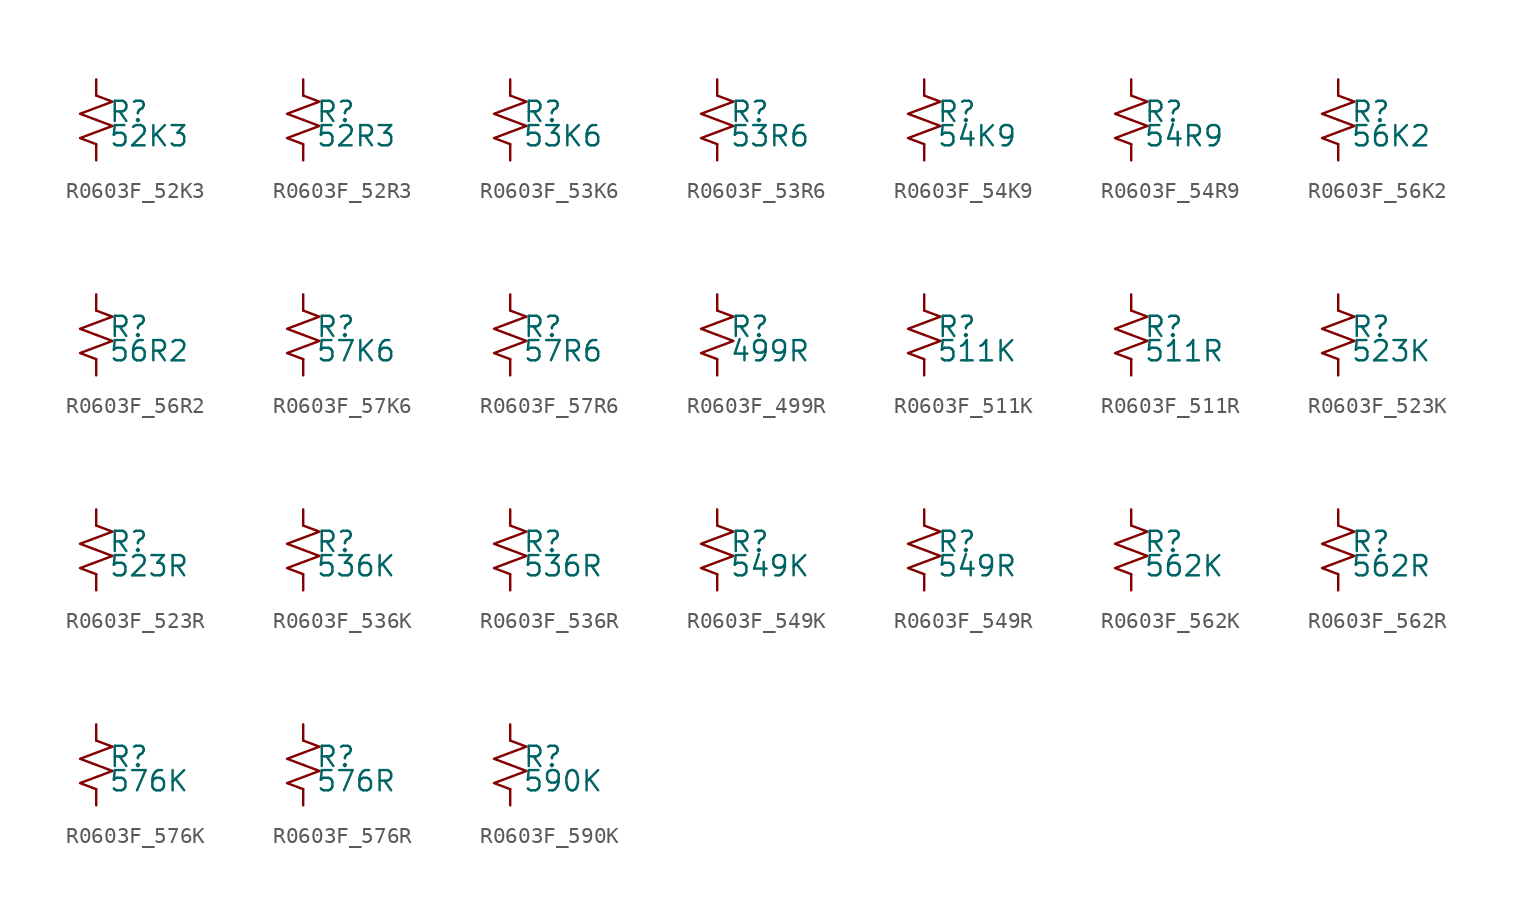
<source format=kicad_sym>
(kicad_symbol_lib
  (version 20220914)
  (generator kicad_symbol_editor)
  (symbol "R0603F_52K3"
    (pin_numbers hide)
    (pin_names
      (offset 0.254) hide)
    (property "Reference" "R"
      (at 0.762 0.508 0)
      (effects (font (size 1.27 1.27)) (justify left)))
    (property "Value" "52K3"
      (at 0.762 -1.016 0)
      (effects (font (size 1.27 1.27)) (justify left)))
    (symbol "R0603F_52K3_1_1"
      (polyline (pts (xy 0 0) (xy 1.016 -0.381) (xy 0 -0.762) (xy -1.016 -1.143) (xy 0 -1.524)) (stroke (width 0) (type default)) (fill (type none)))
      (polyline (pts (xy 0 1.524) (xy 1.016 1.143) (xy 0 0.762) (xy -1.016 0.381) (xy 0 0)) (stroke (width 0) (type default)) (fill (type none)))
      (pin passive line (at 0 2.54 270) (length 1.016) (name "~" (effects (font (size 1.27 1.27)))) (number "1" (effects (font (size 1.27 1.27)))))
      (pin passive line (at 0 -2.54 90) (length 1.016) (name "~" (effects (font (size 1.27 1.27)))) (number "2" (effects (font (size 1.27 1.27)))))))
  (symbol "R0603F_52R3"
    (pin_numbers hide)
    (pin_names
      (offset 0.254) hide)
    (property "Reference" "R"
      (at 0.762 0.508 0)
      (effects (font (size 1.27 1.27)) (justify left)))
    (property "Value" "52R3"
      (at 0.762 -1.016 0)
      (effects (font (size 1.27 1.27)) (justify left)))
    (symbol "R0603F_52R3_1_1"
      (polyline (pts (xy 0 0) (xy 1.016 -0.381) (xy 0 -0.762) (xy -1.016 -1.143) (xy 0 -1.524)) (stroke (width 0) (type default)) (fill (type none)))
      (polyline (pts (xy 0 1.524) (xy 1.016 1.143) (xy 0 0.762) (xy -1.016 0.381) (xy 0 0)) (stroke (width 0) (type default)) (fill (type none)))
      (pin passive line (at 0 2.54 270) (length 1.016) (name "~" (effects (font (size 1.27 1.27)))) (number "1" (effects (font (size 1.27 1.27)))))
      (pin passive line (at 0 -2.54 90) (length 1.016) (name "~" (effects (font (size 1.27 1.27)))) (number "2" (effects (font (size 1.27 1.27)))))))
  (symbol "R0603F_53K6"
    (pin_numbers hide)
    (pin_names
      (offset 0.254) hide)
    (property "Reference" "R"
      (at 0.762 0.508 0)
      (effects (font (size 1.27 1.27)) (justify left)))
    (property "Value" "53K6"
      (at 0.762 -1.016 0)
      (effects (font (size 1.27 1.27)) (justify left)))
    (symbol "R0603F_53K6_1_1"
      (polyline (pts (xy 0 0) (xy 1.016 -0.381) (xy 0 -0.762) (xy -1.016 -1.143) (xy 0 -1.524)) (stroke (width 0) (type default)) (fill (type none)))
      (polyline (pts (xy 0 1.524) (xy 1.016 1.143) (xy 0 0.762) (xy -1.016 0.381) (xy 0 0)) (stroke (width 0) (type default)) (fill (type none)))
      (pin passive line (at 0 2.54 270) (length 1.016) (name "~" (effects (font (size 1.27 1.27)))) (number "1" (effects (font (size 1.27 1.27)))))
      (pin passive line (at 0 -2.54 90) (length 1.016) (name "~" (effects (font (size 1.27 1.27)))) (number "2" (effects (font (size 1.27 1.27)))))))
  (symbol "R0603F_53R6"
    (pin_numbers hide)
    (pin_names
      (offset 0.254) hide)
    (property "Reference" "R"
      (at 0.762 0.508 0)
      (effects (font (size 1.27 1.27)) (justify left)))
    (property "Value" "53R6"
      (at 0.762 -1.016 0)
      (effects (font (size 1.27 1.27)) (justify left)))
    (symbol "R0603F_53R6_1_1"
      (polyline (pts (xy 0 0) (xy 1.016 -0.381) (xy 0 -0.762) (xy -1.016 -1.143) (xy 0 -1.524)) (stroke (width 0) (type default)) (fill (type none)))
      (polyline (pts (xy 0 1.524) (xy 1.016 1.143) (xy 0 0.762) (xy -1.016 0.381) (xy 0 0)) (stroke (width 0) (type default)) (fill (type none)))
      (pin passive line (at 0 2.54 270) (length 1.016) (name "~" (effects (font (size 1.27 1.27)))) (number "1" (effects (font (size 1.27 1.27)))))
      (pin passive line (at 0 -2.54 90) (length 1.016) (name "~" (effects (font (size 1.27 1.27)))) (number "2" (effects (font (size 1.27 1.27)))))))
  (symbol "R0603F_54K9"
    (pin_numbers hide)
    (pin_names
      (offset 0.254) hide)
    (property "Reference" "R"
      (at 0.762 0.508 0)
      (effects (font (size 1.27 1.27)) (justify left)))
    (property "Value" "54K9"
      (at 0.762 -1.016 0)
      (effects (font (size 1.27 1.27)) (justify left)))
    (symbol "R0603F_54K9_1_1"
      (polyline (pts (xy 0 0) (xy 1.016 -0.381) (xy 0 -0.762) (xy -1.016 -1.143) (xy 0 -1.524)) (stroke (width 0) (type default)) (fill (type none)))
      (polyline (pts (xy 0 1.524) (xy 1.016 1.143) (xy 0 0.762) (xy -1.016 0.381) (xy 0 0)) (stroke (width 0) (type default)) (fill (type none)))
      (pin passive line (at 0 2.54 270) (length 1.016) (name "~" (effects (font (size 1.27 1.27)))) (number "1" (effects (font (size 1.27 1.27)))))
      (pin passive line (at 0 -2.54 90) (length 1.016) (name "~" (effects (font (size 1.27 1.27)))) (number "2" (effects (font (size 1.27 1.27)))))))
  (symbol "R0603F_54R9"
    (pin_numbers hide)
    (pin_names
      (offset 0.254) hide)
    (property "Reference" "R"
      (at 0.762 0.508 0)
      (effects (font (size 1.27 1.27)) (justify left)))
    (property "Value" "54R9"
      (at 0.762 -1.016 0)
      (effects (font (size 1.27 1.27)) (justify left)))
    (symbol "R0603F_54R9_1_1"
      (polyline (pts (xy 0 0) (xy 1.016 -0.381) (xy 0 -0.762) (xy -1.016 -1.143) (xy 0 -1.524)) (stroke (width 0) (type default)) (fill (type none)))
      (polyline (pts (xy 0 1.524) (xy 1.016 1.143) (xy 0 0.762) (xy -1.016 0.381) (xy 0 0)) (stroke (width 0) (type default)) (fill (type none)))
      (pin passive line (at 0 2.54 270) (length 1.016) (name "~" (effects (font (size 1.27 1.27)))) (number "1" (effects (font (size 1.27 1.27)))))
      (pin passive line (at 0 -2.54 90) (length 1.016) (name "~" (effects (font (size 1.27 1.27)))) (number "2" (effects (font (size 1.27 1.27)))))))
  (symbol "R0603F_56K2"
    (pin_numbers hide)
    (pin_names
      (offset 0.254) hide)
    (property "Reference" "R"
      (at 0.762 0.508 0)
      (effects (font (size 1.27 1.27)) (justify left)))
    (property "Value" "56K2"
      (at 0.762 -1.016 0)
      (effects (font (size 1.27 1.27)) (justify left)))
    (symbol "R0603F_56K2_1_1"
      (polyline (pts (xy 0 0) (xy 1.016 -0.381) (xy 0 -0.762) (xy -1.016 -1.143) (xy 0 -1.524)) (stroke (width 0) (type default)) (fill (type none)))
      (polyline (pts (xy 0 1.524) (xy 1.016 1.143) (xy 0 0.762) (xy -1.016 0.381) (xy 0 0)) (stroke (width 0) (type default)) (fill (type none)))
      (pin passive line (at 0 2.54 270) (length 1.016) (name "~" (effects (font (size 1.27 1.27)))) (number "1" (effects (font (size 1.27 1.27)))))
      (pin passive line (at 0 -2.54 90) (length 1.016) (name "~" (effects (font (size 1.27 1.27)))) (number "2" (effects (font (size 1.27 1.27)))))))
  (symbol "R0603F_56R2"
    (pin_numbers hide)
    (pin_names
      (offset 0.254) hide)
    (property "Reference" "R"
      (at 0.762 0.508 0)
      (effects (font (size 1.27 1.27)) (justify left)))
    (property "Value" "56R2"
      (at 0.762 -1.016 0)
      (effects (font (size 1.27 1.27)) (justify left)))
    (symbol "R0603F_56R2_1_1"
      (polyline (pts (xy 0 0) (xy 1.016 -0.381) (xy 0 -0.762) (xy -1.016 -1.143) (xy 0 -1.524)) (stroke (width 0) (type default)) (fill (type none)))
      (polyline (pts (xy 0 1.524) (xy 1.016 1.143) (xy 0 0.762) (xy -1.016 0.381) (xy 0 0)) (stroke (width 0) (type default)) (fill (type none)))
      (pin passive line (at 0 2.54 270) (length 1.016) (name "~" (effects (font (size 1.27 1.27)))) (number "1" (effects (font (size 1.27 1.27)))))
      (pin passive line (at 0 -2.54 90) (length 1.016) (name "~" (effects (font (size 1.27 1.27)))) (number "2" (effects (font (size 1.27 1.27)))))))
  (symbol "R0603F_57K6"
    (pin_numbers hide)
    (pin_names
      (offset 0.254) hide)
    (property "Reference" "R"
      (at 0.762 0.508 0)
      (effects (font (size 1.27 1.27)) (justify left)))
    (property "Value" "57K6"
      (at 0.762 -1.016 0)
      (effects (font (size 1.27 1.27)) (justify left)))
    (symbol "R0603F_57K6_1_1"
      (polyline (pts (xy 0 0) (xy 1.016 -0.381) (xy 0 -0.762) (xy -1.016 -1.143) (xy 0 -1.524)) (stroke (width 0) (type default)) (fill (type none)))
      (polyline (pts (xy 0 1.524) (xy 1.016 1.143) (xy 0 0.762) (xy -1.016 0.381) (xy 0 0)) (stroke (width 0) (type default)) (fill (type none)))
      (pin passive line (at 0 2.54 270) (length 1.016) (name "~" (effects (font (size 1.27 1.27)))) (number "1" (effects (font (size 1.27 1.27)))))
      (pin passive line (at 0 -2.54 90) (length 1.016) (name "~" (effects (font (size 1.27 1.27)))) (number "2" (effects (font (size 1.27 1.27)))))))
  (symbol "R0603F_57R6"
    (pin_numbers hide)
    (pin_names
      (offset 0.254) hide)
    (property "Reference" "R"
      (at 0.762 0.508 0)
      (effects (font (size 1.27 1.27)) (justify left)))
    (property "Value" "57R6"
      (at 0.762 -1.016 0)
      (effects (font (size 1.27 1.27)) (justify left)))
    (symbol "R0603F_57R6_1_1"
      (polyline (pts (xy 0 0) (xy 1.016 -0.381) (xy 0 -0.762) (xy -1.016 -1.143) (xy 0 -1.524)) (stroke (width 0) (type default)) (fill (type none)))
      (polyline (pts (xy 0 1.524) (xy 1.016 1.143) (xy 0 0.762) (xy -1.016 0.381) (xy 0 0)) (stroke (width 0) (type default)) (fill (type none)))
      (pin passive line (at 0 2.54 270) (length 1.016) (name "~" (effects (font (size 1.27 1.27)))) (number "1" (effects (font (size 1.27 1.27)))))
      (pin passive line (at 0 -2.54 90) (length 1.016) (name "~" (effects (font (size 1.27 1.27)))) (number "2" (effects (font (size 1.27 1.27)))))))
  (symbol "R0603F_499R"
    (pin_numbers hide)
    (pin_names
      (offset 0.254) hide)
    (property "Reference" "R"
      (at 0.762 0.508 0)
      (effects (font (size 1.27 1.27)) (justify left)))
    (property "Value" "499R"
      (at 0.762 -1.016 0)
      (effects (font (size 1.27 1.27)) (justify left)))
    (symbol "R0603F_499R_1_1"
      (polyline (pts (xy 0 0) (xy 1.016 -0.381) (xy 0 -0.762) (xy -1.016 -1.143) (xy 0 -1.524)) (stroke (width 0) (type default)) (fill (type none)))
      (polyline (pts (xy 0 1.524) (xy 1.016 1.143) (xy 0 0.762) (xy -1.016 0.381) (xy 0 0)) (stroke (width 0) (type default)) (fill (type none)))
      (pin passive line (at 0 2.54 270) (length 1.016) (name "~" (effects (font (size 1.27 1.27)))) (number "1" (effects (font (size 1.27 1.27)))))
      (pin passive line (at 0 -2.54 90) (length 1.016) (name "~" (effects (font (size 1.27 1.27)))) (number "2" (effects (font (size 1.27 1.27)))))))
  (symbol "R0603F_511K"
    (pin_numbers hide)
    (pin_names
      (offset 0.254) hide)
    (property "Reference" "R"
      (at 0.762 0.508 0)
      (effects (font (size 1.27 1.27)) (justify left)))
    (property "Value" "511K"
      (at 0.762 -1.016 0)
      (effects (font (size 1.27 1.27)) (justify left)))
    (symbol "R0603F_511K_1_1"
      (polyline (pts (xy 0 0) (xy 1.016 -0.381) (xy 0 -0.762) (xy -1.016 -1.143) (xy 0 -1.524)) (stroke (width 0) (type default)) (fill (type none)))
      (polyline (pts (xy 0 1.524) (xy 1.016 1.143) (xy 0 0.762) (xy -1.016 0.381) (xy 0 0)) (stroke (width 0) (type default)) (fill (type none)))
      (pin passive line (at 0 2.54 270) (length 1.016) (name "~" (effects (font (size 1.27 1.27)))) (number "1" (effects (font (size 1.27 1.27)))))
      (pin passive line (at 0 -2.54 90) (length 1.016) (name "~" (effects (font (size 1.27 1.27)))) (number "2" (effects (font (size 1.27 1.27)))))))
  (symbol "R0603F_511R"
    (pin_numbers hide)
    (pin_names
      (offset 0.254) hide)
    (property "Reference" "R"
      (at 0.762 0.508 0)
      (effects (font (size 1.27 1.27)) (justify left)))
    (property "Value" "511R"
      (at 0.762 -1.016 0)
      (effects (font (size 1.27 1.27)) (justify left)))
    (symbol "R0603F_511R_1_1"
      (polyline (pts (xy 0 0) (xy 1.016 -0.381) (xy 0 -0.762) (xy -1.016 -1.143) (xy 0 -1.524)) (stroke (width 0) (type default)) (fill (type none)))
      (polyline (pts (xy 0 1.524) (xy 1.016 1.143) (xy 0 0.762) (xy -1.016 0.381) (xy 0 0)) (stroke (width 0) (type default)) (fill (type none)))
      (pin passive line (at 0 2.54 270) (length 1.016) (name "~" (effects (font (size 1.27 1.27)))) (number "1" (effects (font (size 1.27 1.27)))))
      (pin passive line (at 0 -2.54 90) (length 1.016) (name "~" (effects (font (size 1.27 1.27)))) (number "2" (effects (font (size 1.27 1.27)))))))
  (symbol "R0603F_523K"
    (pin_numbers hide)
    (pin_names
      (offset 0.254) hide)
    (property "Reference" "R"
      (at 0.762 0.508 0)
      (effects (font (size 1.27 1.27)) (justify left)))
    (property "Value" "523K"
      (at 0.762 -1.016 0)
      (effects (font (size 1.27 1.27)) (justify left)))
    (symbol "R0603F_523K_1_1"
      (polyline (pts (xy 0 0) (xy 1.016 -0.381) (xy 0 -0.762) (xy -1.016 -1.143) (xy 0 -1.524)) (stroke (width 0) (type default)) (fill (type none)))
      (polyline (pts (xy 0 1.524) (xy 1.016 1.143) (xy 0 0.762) (xy -1.016 0.381) (xy 0 0)) (stroke (width 0) (type default)) (fill (type none)))
      (pin passive line (at 0 2.54 270) (length 1.016) (name "~" (effects (font (size 1.27 1.27)))) (number "1" (effects (font (size 1.27 1.27)))))
      (pin passive line (at 0 -2.54 90) (length 1.016) (name "~" (effects (font (size 1.27 1.27)))) (number "2" (effects (font (size 1.27 1.27)))))))
  (symbol "R0603F_523R"
    (pin_numbers hide)
    (pin_names
      (offset 0.254) hide)
    (property "Reference" "R"
      (at 0.762 0.508 0)
      (effects (font (size 1.27 1.27)) (justify left)))
    (property "Value" "523R"
      (at 0.762 -1.016 0)
      (effects (font (size 1.27 1.27)) (justify left)))
    (symbol "R0603F_523R_1_1"
      (polyline (pts (xy 0 0) (xy 1.016 -0.381) (xy 0 -0.762) (xy -1.016 -1.143) (xy 0 -1.524)) (stroke (width 0) (type default)) (fill (type none)))
      (polyline (pts (xy 0 1.524) (xy 1.016 1.143) (xy 0 0.762) (xy -1.016 0.381) (xy 0 0)) (stroke (width 0) (type default)) (fill (type none)))
      (pin passive line (at 0 2.54 270) (length 1.016) (name "~" (effects (font (size 1.27 1.27)))) (number "1" (effects (font (size 1.27 1.27)))))
      (pin passive line (at 0 -2.54 90) (length 1.016) (name "~" (effects (font (size 1.27 1.27)))) (number "2" (effects (font (size 1.27 1.27)))))))
  (symbol "R0603F_536K"
    (pin_numbers hide)
    (pin_names
      (offset 0.254) hide)
    (property "Reference" "R"
      (at 0.762 0.508 0)
      (effects (font (size 1.27 1.27)) (justify left)))
    (property "Value" "536K"
      (at 0.762 -1.016 0)
      (effects (font (size 1.27 1.27)) (justify left)))
    (symbol "R0603F_536K_1_1"
      (polyline (pts (xy 0 0) (xy 1.016 -0.381) (xy 0 -0.762) (xy -1.016 -1.143) (xy 0 -1.524)) (stroke (width 0) (type default)) (fill (type none)))
      (polyline (pts (xy 0 1.524) (xy 1.016 1.143) (xy 0 0.762) (xy -1.016 0.381) (xy 0 0)) (stroke (width 0) (type default)) (fill (type none)))
      (pin passive line (at 0 2.54 270) (length 1.016) (name "~" (effects (font (size 1.27 1.27)))) (number "1" (effects (font (size 1.27 1.27)))))
      (pin passive line (at 0 -2.54 90) (length 1.016) (name "~" (effects (font (size 1.27 1.27)))) (number "2" (effects (font (size 1.27 1.27)))))))
  (symbol "R0603F_536R"
    (pin_numbers hide)
    (pin_names
      (offset 0.254) hide)
    (property "Reference" "R"
      (at 0.762 0.508 0)
      (effects (font (size 1.27 1.27)) (justify left)))
    (property "Value" "536R"
      (at 0.762 -1.016 0)
      (effects (font (size 1.27 1.27)) (justify left)))
    (symbol "R0603F_536R_1_1"
      (polyline (pts (xy 0 0) (xy 1.016 -0.381) (xy 0 -0.762) (xy -1.016 -1.143) (xy 0 -1.524)) (stroke (width 0) (type default)) (fill (type none)))
      (polyline (pts (xy 0 1.524) (xy 1.016 1.143) (xy 0 0.762) (xy -1.016 0.381) (xy 0 0)) (stroke (width 0) (type default)) (fill (type none)))
      (pin passive line (at 0 2.54 270) (length 1.016) (name "~" (effects (font (size 1.27 1.27)))) (number "1" (effects (font (size 1.27 1.27)))))
      (pin passive line (at 0 -2.54 90) (length 1.016) (name "~" (effects (font (size 1.27 1.27)))) (number "2" (effects (font (size 1.27 1.27)))))))
  (symbol "R0603F_549K"
    (pin_numbers hide)
    (pin_names
      (offset 0.254) hide)
    (property "Reference" "R"
      (at 0.762 0.508 0)
      (effects (font (size 1.27 1.27)) (justify left)))
    (property "Value" "549K"
      (at 0.762 -1.016 0)
      (effects (font (size 1.27 1.27)) (justify left)))
    (symbol "R0603F_549K_1_1"
      (polyline (pts (xy 0 0) (xy 1.016 -0.381) (xy 0 -0.762) (xy -1.016 -1.143) (xy 0 -1.524)) (stroke (width 0) (type default)) (fill (type none)))
      (polyline (pts (xy 0 1.524) (xy 1.016 1.143) (xy 0 0.762) (xy -1.016 0.381) (xy 0 0)) (stroke (width 0) (type default)) (fill (type none)))
      (pin passive line (at 0 2.54 270) (length 1.016) (name "~" (effects (font (size 1.27 1.27)))) (number "1" (effects (font (size 1.27 1.27)))))
      (pin passive line (at 0 -2.54 90) (length 1.016) (name "~" (effects (font (size 1.27 1.27)))) (number "2" (effects (font (size 1.27 1.27)))))))
  (symbol "R0603F_549R"
    (pin_numbers hide)
    (pin_names
      (offset 0.254) hide)
    (property "Reference" "R"
      (at 0.762 0.508 0)
      (effects (font (size 1.27 1.27)) (justify left)))
    (property "Value" "549R"
      (at 0.762 -1.016 0)
      (effects (font (size 1.27 1.27)) (justify left)))
    (symbol "R0603F_549R_1_1"
      (polyline (pts (xy 0 0) (xy 1.016 -0.381) (xy 0 -0.762) (xy -1.016 -1.143) (xy 0 -1.524)) (stroke (width 0) (type default)) (fill (type none)))
      (polyline (pts (xy 0 1.524) (xy 1.016 1.143) (xy 0 0.762) (xy -1.016 0.381) (xy 0 0)) (stroke (width 0) (type default)) (fill (type none)))
      (pin passive line (at 0 2.54 270) (length 1.016) (name "~" (effects (font (size 1.27 1.27)))) (number "1" (effects (font (size 1.27 1.27)))))
      (pin passive line (at 0 -2.54 90) (length 1.016) (name "~" (effects (font (size 1.27 1.27)))) (number "2" (effects (font (size 1.27 1.27)))))))
  (symbol "R0603F_562K"
    (pin_numbers hide)
    (pin_names
      (offset 0.254) hide)
    (property "Reference" "R"
      (at 0.762 0.508 0)
      (effects (font (size 1.27 1.27)) (justify left)))
    (property "Value" "562K"
      (at 0.762 -1.016 0)
      (effects (font (size 1.27 1.27)) (justify left)))
    (symbol "R0603F_562K_1_1"
      (polyline (pts (xy 0 0) (xy 1.016 -0.381) (xy 0 -0.762) (xy -1.016 -1.143) (xy 0 -1.524)) (stroke (width 0) (type default)) (fill (type none)))
      (polyline (pts (xy 0 1.524) (xy 1.016 1.143) (xy 0 0.762) (xy -1.016 0.381) (xy 0 0)) (stroke (width 0) (type default)) (fill (type none)))
      (pin passive line (at 0 2.54 270) (length 1.016) (name "~" (effects (font (size 1.27 1.27)))) (number "1" (effects (font (size 1.27 1.27)))))
      (pin passive line (at 0 -2.54 90) (length 1.016) (name "~" (effects (font (size 1.27 1.27)))) (number "2" (effects (font (size 1.27 1.27)))))))
  (symbol "R0603F_562R"
    (pin_numbers hide)
    (pin_names
      (offset 0.254) hide)
    (property "Reference" "R"
      (at 0.762 0.508 0)
      (effects (font (size 1.27 1.27)) (justify left)))
    (property "Value" "562R"
      (at 0.762 -1.016 0)
      (effects (font (size 1.27 1.27)) (justify left)))
    (symbol "R0603F_562R_1_1"
      (polyline (pts (xy 0 0) (xy 1.016 -0.381) (xy 0 -0.762) (xy -1.016 -1.143) (xy 0 -1.524)) (stroke (width 0) (type default)) (fill (type none)))
      (polyline (pts (xy 0 1.524) (xy 1.016 1.143) (xy 0 0.762) (xy -1.016 0.381) (xy 0 0)) (stroke (width 0) (type default)) (fill (type none)))
      (pin passive line (at 0 2.54 270) (length 1.016) (name "~" (effects (font (size 1.27 1.27)))) (number "1" (effects (font (size 1.27 1.27)))))
      (pin passive line (at 0 -2.54 90) (length 1.016) (name "~" (effects (font (size 1.27 1.27)))) (number "2" (effects (font (size 1.27 1.27)))))))
  (symbol "R0603F_576K"
    (pin_numbers hide)
    (pin_names
      (offset 0.254) hide)
    (property "Reference" "R"
      (at 0.762 0.508 0)
      (effects (font (size 1.27 1.27)) (justify left)))
    (property "Value" "576K"
      (at 0.762 -1.016 0)
      (effects (font (size 1.27 1.27)) (justify left)))
    (symbol "R0603F_576K_1_1"
      (polyline (pts (xy 0 0) (xy 1.016 -0.381) (xy 0 -0.762) (xy -1.016 -1.143) (xy 0 -1.524)) (stroke (width 0) (type default)) (fill (type none)))
      (polyline (pts (xy 0 1.524) (xy 1.016 1.143) (xy 0 0.762) (xy -1.016 0.381) (xy 0 0)) (stroke (width 0) (type default)) (fill (type none)))
      (pin passive line (at 0 2.54 270) (length 1.016) (name "~" (effects (font (size 1.27 1.27)))) (number "1" (effects (font (size 1.27 1.27)))))
      (pin passive line (at 0 -2.54 90) (length 1.016) (name "~" (effects (font (size 1.27 1.27)))) (number "2" (effects (font (size 1.27 1.27)))))))
  (symbol "R0603F_576R"
    (pin_numbers hide)
    (pin_names
      (offset 0.254) hide)
    (property "Reference" "R"
      (at 0.762 0.508 0)
      (effects (font (size 1.27 1.27)) (justify left)))
    (property "Value" "576R"
      (at 0.762 -1.016 0)
      (effects (font (size 1.27 1.27)) (justify left)))
    (symbol "R0603F_576R_1_1"
      (polyline (pts (xy 0 0) (xy 1.016 -0.381) (xy 0 -0.762) (xy -1.016 -1.143) (xy 0 -1.524)) (stroke (width 0) (type default)) (fill (type none)))
      (polyline (pts (xy 0 1.524) (xy 1.016 1.143) (xy 0 0.762) (xy -1.016 0.381) (xy 0 0)) (stroke (width 0) (type default)) (fill (type none)))
      (pin passive line (at 0 2.54 270) (length 1.016) (name "~" (effects (font (size 1.27 1.27)))) (number "1" (effects (font (size 1.27 1.27)))))
      (pin passive line (at 0 -2.54 90) (length 1.016) (name "~" (effects (font (size 1.27 1.27)))) (number "2" (effects (font (size 1.27 1.27)))))))
  (symbol "R0603F_590K"
    (pin_numbers hide)
    (pin_names
      (offset 0.254) hide)
    (property "Reference" "R"
      (at 0.762 0.508 0)
      (effects (font (size 1.27 1.27)) (justify left)))
    (property "Value" "590K"
      (at 0.762 -1.016 0)
      (effects (font (size 1.27 1.27)) (justify left)))
    (symbol "R0603F_590K_1_1"
      (polyline (pts (xy 0 0) (xy 1.016 -0.381) (xy 0 -0.762) (xy -1.016 -1.143) (xy 0 -1.524)) (stroke (width 0) (type default)) (fill (type none)))
      (polyline (pts (xy 0 1.524) (xy 1.016 1.143) (xy 0 0.762) (xy -1.016 0.381) (xy 0 0)) (stroke (width 0) (type default)) (fill (type none)))
      (pin passive line (at 0 2.54 270) (length 1.016) (name "~" (effects (font (size 1.27 1.27)))) (number "1" (effects (font (size 1.27 1.27)))))
      (pin passive line (at 0 -2.54 90) (length 1.016) (name "~" (effects (font (size 1.27 1.27)))) (number "2" (effects (font (size 1.27 1.27))))))))
</source>
